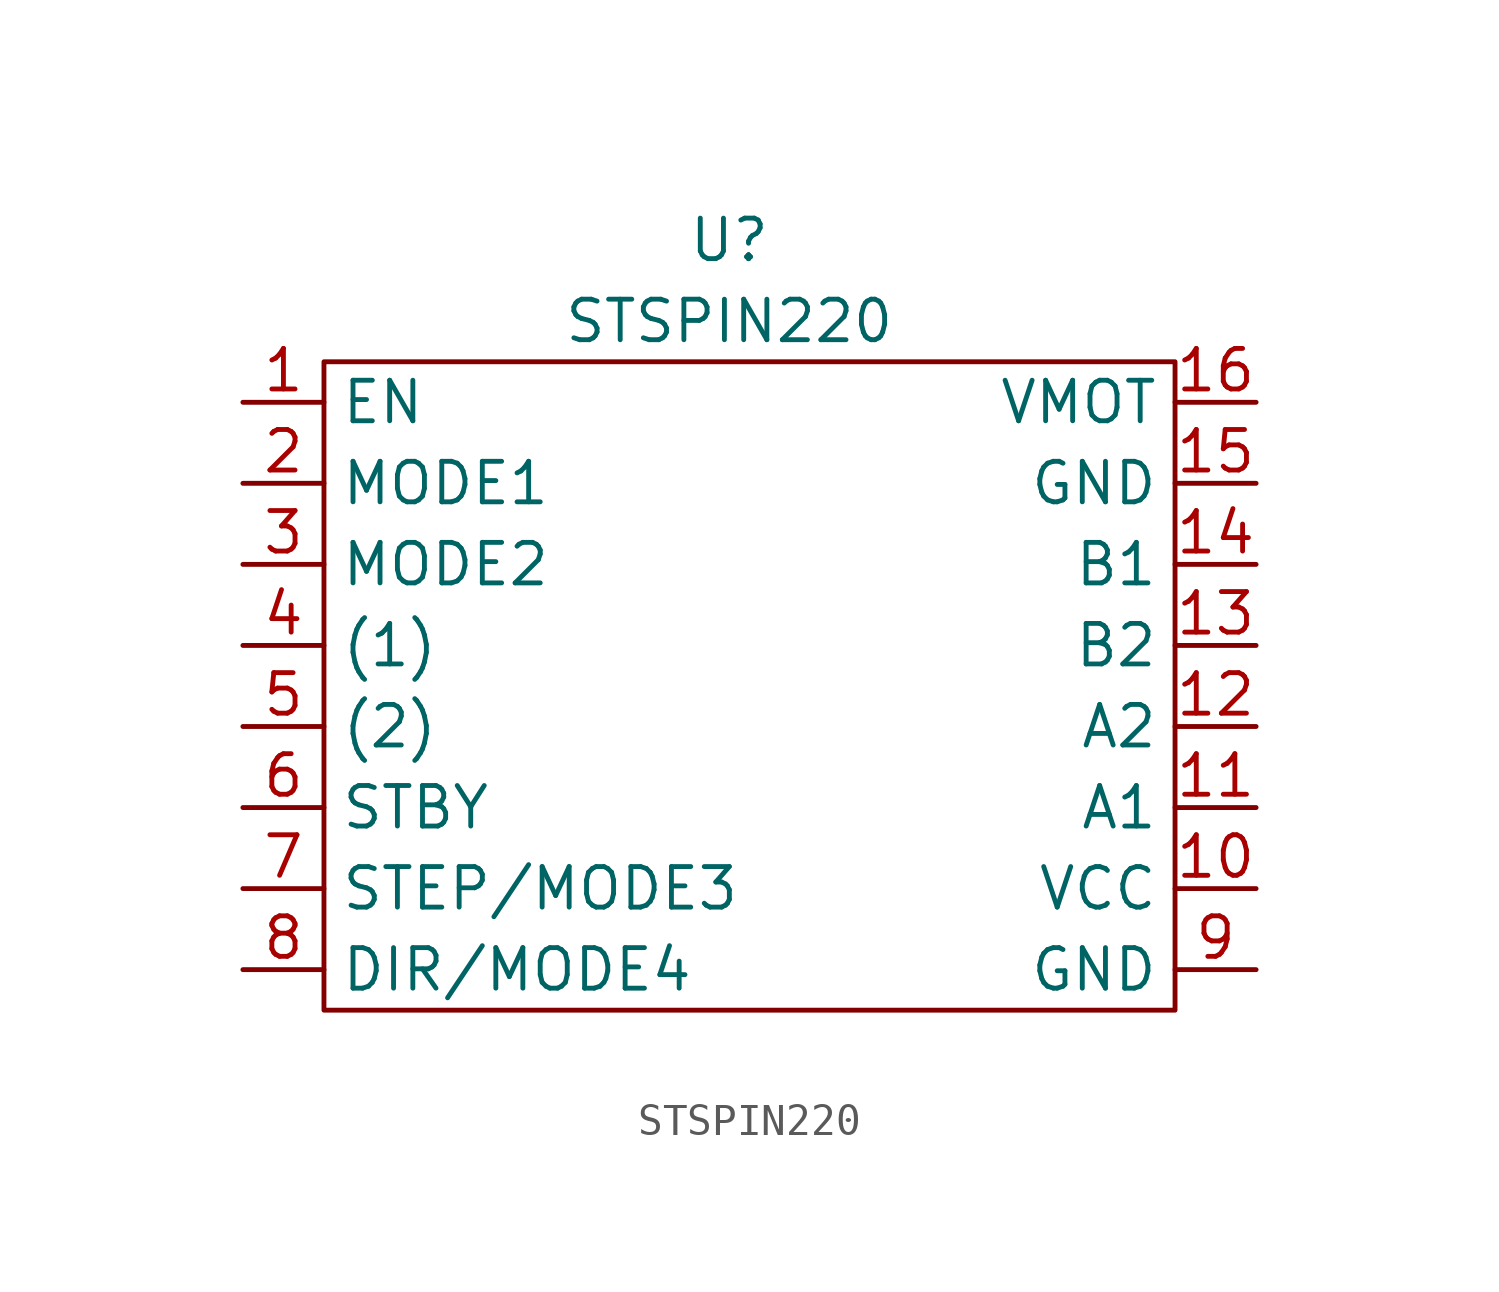
<source format=kicad_sym>
(kicad_symbol_lib
  (version 20211014)
  (generator kicad_symbol_editor)
  (symbol "STSPIN220"
    (property "Reference" "U"
      (at 0 12.7 0)
      (effects (font (size 1.27 1.27))))
    (property "Value" "STSPIN220"
      (at 0 10.16 0)
      (effects (font (size 1.27 1.27))))
    (symbol "STSPIN220_0_1"
      (rectangle (start -12.7 8.89) (end 13.97 -11.43) (stroke (width 0.152) (type default) (color 0 0 0 0)) (fill (type none))))
    (symbol "STSPIN220_1_1"
      (pin passive line (at -15.24 7.62 0) (length 2.54) (name "EN" (effects (font (size 1.27 1.27)))) (number "1" (effects (font (size 1.27 1.27)))))
      (pin passive line (at 16.51 -7.62 180) (length 2.54) (name "VCC" (effects (font (size 1.27 1.27)))) (number "10" (effects (font (size 1.27 1.27)))))
      (pin passive line (at 16.51 -5.08 180) (length 2.54) (name "A1" (effects (font (size 1.27 1.27)))) (number "11" (effects (font (size 1.27 1.27)))))
      (pin passive line (at 16.51 -2.54 180) (length 2.54) (name "A2" (effects (font (size 1.27 1.27)))) (number "12" (effects (font (size 1.27 1.27)))))
      (pin passive line (at 16.51 0 180) (length 2.54) (name "B2" (effects (font (size 1.27 1.27)))) (number "13" (effects (font (size 1.27 1.27)))))
      (pin passive line (at 16.51 2.54 180) (length 2.54) (name "B1" (effects (font (size 1.27 1.27)))) (number "14" (effects (font (size 1.27 1.27)))))
      (pin passive line (at 16.51 5.08 180) (length 2.54) (name "GND" (effects (font (size 1.27 1.27)))) (number "15" (effects (font (size 1.27 1.27)))))
      (pin passive line (at 16.51 7.62 180) (length 2.54) (name "VMOT" (effects (font (size 1.27 1.27)))) (number "16" (effects (font (size 1.27 1.27)))))
      (pin passive line (at -15.24 5.08 0) (length 2.54) (name "MODE1" (effects (font (size 1.27 1.27)))) (number "2" (effects (font (size 1.27 1.27)))))
      (pin passive line (at -15.24 2.54 0) (length 2.54) (name "MODE2" (effects (font (size 1.27 1.27)))) (number "3" (effects (font (size 1.27 1.27)))))
      (pin passive line (at -15.24 0 0) (length 2.54) (name "(1)" (effects (font (size 1.27 1.27)))) (number "4" (effects (font (size 1.27 1.27)))))
      (pin passive line (at -15.24 -2.54 0) (length 2.54) (name "(2)" (effects (font (size 1.27 1.27)))) (number "5" (effects (font (size 1.27 1.27)))))
      (pin passive line (at -15.24 -5.08 0) (length 2.54) (name "STBY" (effects (font (size 1.27 1.27)))) (number "6" (effects (font (size 1.27 1.27)))))
      (pin passive line (at -15.24 -7.62 0) (length 2.54) (name "STEP/MODE3" (effects (font (size 1.27 1.27)))) (number "7" (effects (font (size 1.27 1.27)))))
      (pin passive line (at -15.24 -10.16 0) (length 2.54) (name "DIR/MODE4" (effects (font (size 1.27 1.27)))) (number "8" (effects (font (size 1.27 1.27)))))
      (pin passive line (at 16.51 -10.16 180) (length 2.54) (name "GND" (effects (font (size 1.27 1.27)))) (number "9" (effects (font (size 1.27 1.27))))))))
</source>
